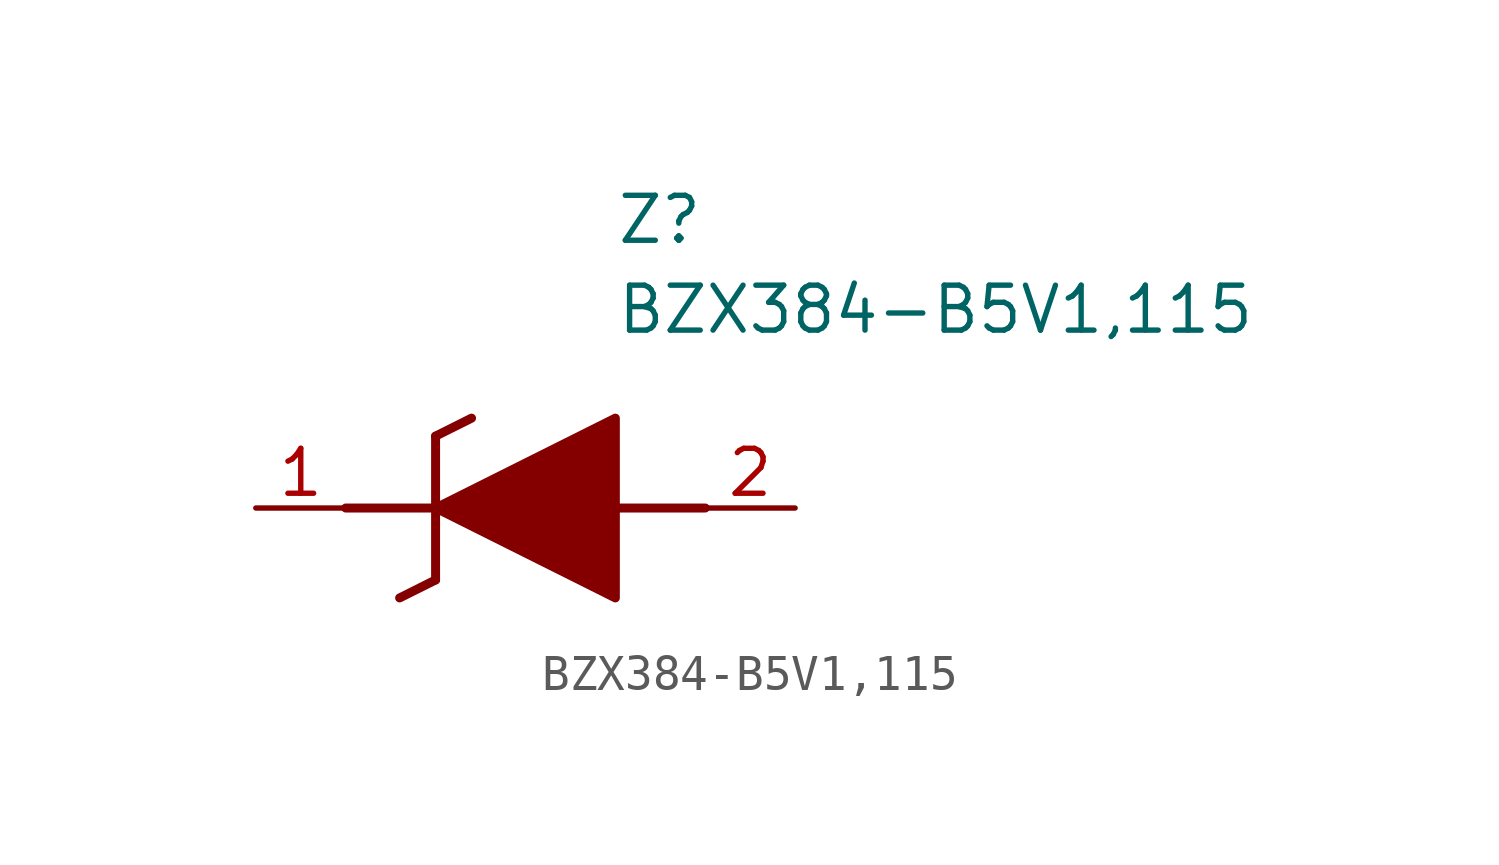
<source format=kicad_sym>
(kicad_symbol_lib
  (version 20211014)
  (generator SamacSys_ECAD_Model)
  (symbol "BZX384-B5V1,115"
    (pin_names hide)
    (property "Reference" "Z"
      (at 10.16 8.89 0)
      (effects (font (size 1.27 1.27)) (justify left top)))
    (property "Value" "BZX384-B5V1,115"
      (at 10.16 6.35 0)
      (effects (font (size 1.27 1.27)) (justify left top)))
    (polyline
      (pts (xy 5.08 2.032) (xy 5.08 -2.032))
      (stroke (width 0.254) (type default))
      (fill (type none)))
    (polyline
      (pts (xy 5.08 2.032) (xy 6.096 2.54))
      (stroke (width 0.254) (type default))
      (fill (type none)))
    (polyline
      (pts (xy 4.064 -2.54) (xy 5.08 -2.032))
      (stroke (width 0.254) (type default))
      (fill (type none)))
    (polyline
      (pts (xy 2.54 0) (xy 5.08 0))
      (stroke (width 0.254) (type default))
      (fill (type none)))
    (polyline
      (pts (xy 12.7 0) (xy 10.16 0))
      (stroke (width 0.254) (type default))
      (fill (type none)))
    (polyline
      (pts (xy 5.08 0) (xy 10.16 2.54) (xy 10.16 -2.54) (xy 5.08 0))
      (stroke (width 0.254) (type default))
      (fill (type outline)))
    (pin passive line
      (at 0 0 0)
      (length 2.54)
      (name "K" (effects (font (size 1.27 1.27))))
      (number "1" (effects (font (size 1.27 1.27)))))
    (pin passive line
      (at 15.24 0 180)
      (length 2.54)
      (name "A" (effects (font (size 1.27 1.27))))
      (number "2" (effects (font (size 1.27 1.27)))))))
</source>
